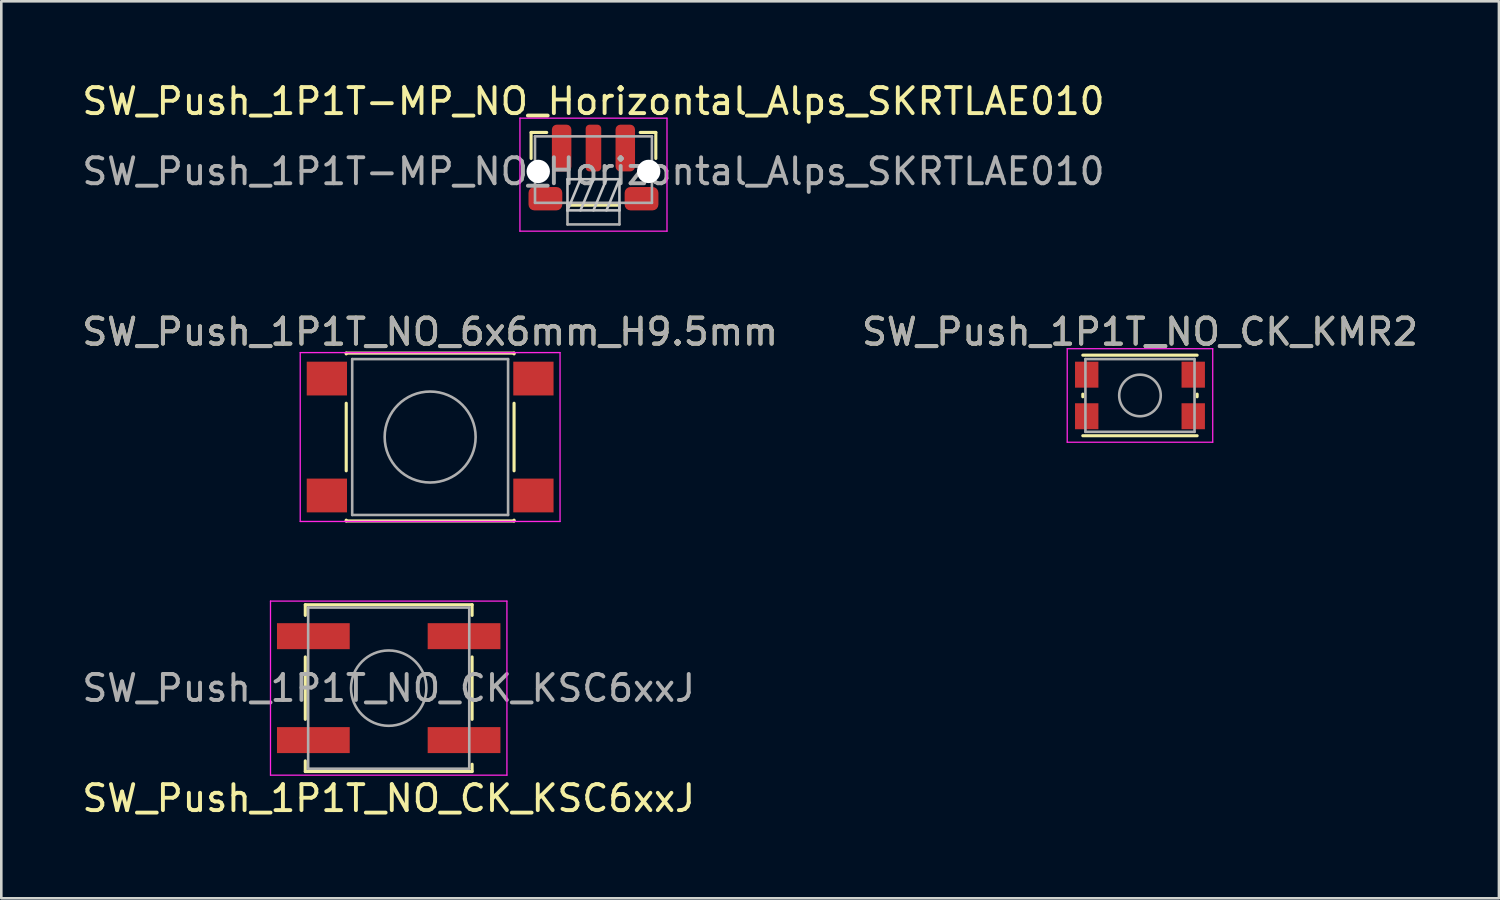
<source format=kicad_pcb>
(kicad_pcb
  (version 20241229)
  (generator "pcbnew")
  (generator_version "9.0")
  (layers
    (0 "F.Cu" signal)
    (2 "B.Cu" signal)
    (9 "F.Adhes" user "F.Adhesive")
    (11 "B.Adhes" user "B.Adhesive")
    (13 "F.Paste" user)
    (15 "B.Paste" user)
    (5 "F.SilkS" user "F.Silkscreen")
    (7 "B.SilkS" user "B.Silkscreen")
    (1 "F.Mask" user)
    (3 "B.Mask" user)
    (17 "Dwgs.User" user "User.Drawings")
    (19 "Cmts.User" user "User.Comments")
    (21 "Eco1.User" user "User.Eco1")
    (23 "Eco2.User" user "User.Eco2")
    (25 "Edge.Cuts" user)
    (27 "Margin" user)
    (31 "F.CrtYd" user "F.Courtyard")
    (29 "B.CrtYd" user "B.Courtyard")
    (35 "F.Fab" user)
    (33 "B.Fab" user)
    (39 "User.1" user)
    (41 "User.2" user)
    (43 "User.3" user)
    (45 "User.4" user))
  (footprint "SW_Push_1P1T_NO_6x6mm_H9.5mm"
    (layer "F.Cu")
    (at 13.506 13.771)
    (property "Reference" "SW_Push_1P1T_NO_6x6mm_H9.5mm" (at 0 -4.05 0) (layer "F.SilkS") (effects (font (size 1 1) (thickness 0.15))))
    (attr smd)
    (fp_line (start -3.23 -3.23) (end 3.23 -3.23) (stroke (width 0.12) (type solid)) (layer "F.SilkS"))
    (fp_line (start -3.23 -3.2) (end -3.23 -3.23) (stroke (width 0.12) (type solid)) (layer "F.SilkS"))
    (fp_line (start -3.23 -1.3) (end -3.23 1.3) (stroke (width 0.12) (type solid)) (layer "F.SilkS"))
    (fp_line (start -3.23 3.23) (end -3.23 3.2) (stroke (width 0.12) (type solid)) (layer "F.SilkS"))
    (fp_line (start -3.23 3.23) (end 3.23 3.23) (stroke (width 0.12) (type solid)) (layer "F.SilkS"))
    (fp_line (start 3.23 -3.23) (end 3.23 -3.2) (stroke (width 0.12) (type solid)) (layer "F.SilkS"))
    (fp_line (start 3.23 -1.3) (end 3.23 1.3) (stroke (width 0.12) (type solid)) (layer "F.SilkS"))
    (fp_line (start 3.23 3.23) (end 3.23 3.2) (stroke (width 0.12) (type solid)) (layer "F.SilkS"))
    (fp_line (start -5 -3.25) (end -5 3.25) (stroke (width 0.05) (type solid)) (layer "F.CrtYd"))
    (fp_line (start -5 -3.25) (end 5 -3.25) (stroke (width 0.05) (type solid)) (layer "F.CrtYd"))
    (fp_line (start -5 3.25) (end 5 3.25) (stroke (width 0.05) (type solid)) (layer "F.CrtYd"))
    (fp_line (start 5 3.25) (end 5 -3.25) (stroke (width 0.05) (type solid)) (layer "F.CrtYd"))
    (fp_line (start -3 -3) (end -3 3) (stroke (width 0.1) (type solid)) (layer "F.Fab"))
    (fp_line (start -3 3) (end 3 3) (stroke (width 0.1) (type solid)) (layer "F.Fab"))
    (fp_line (start 3 -3) (end -3 -3) (stroke (width 0.1) (type solid)) (layer "F.Fab"))
    (fp_line (start 3 3) (end 3 -3) (stroke (width 0.1) (type solid)) (layer "F.Fab"))
    (fp_circle (center 0 0) (end 1.75 -0.05) (stroke (width 0.1) (type solid)) (fill no) (layer "F.Fab"))
    (fp_text user "${REFERENCE}" (at 0 -4.05 0) (layer "F.Fab") (effects (font (size 1 1) (thickness 0.15))))
    (pad "1" smd rect (at -3.975 -2.25) (size 1.55 1.3) (layers "F.Cu" "F.Mask" "F.Paste"))
    (pad "1" smd rect (at 3.975 -2.25) (size 1.55 1.3) (layers "F.Cu" "F.Mask" "F.Paste"))
    (pad "2" smd rect (at -3.975 2.25) (size 1.55 1.3) (layers "F.Cu" "F.Mask" "F.Paste"))
    (pad "2" smd rect (at 3.975 2.25) (size 1.55 1.3) (layers "F.Cu" "F.Mask" "F.Paste")))
  (footprint "SW_Push_1P1T_NO_CK_KMR2"
    (layer "F.Cu")
    (at 40.827 12.171)
    (property "Reference" "SW_Push_1P1T_NO_CK_KMR2" (at 0 -2.45 0) (layer "F.SilkS") (effects (font (size 1 1) (thickness 0.15))))
    (attr smd)
    (fp_line (start -2.2 0.05) (end -2.2 -0.05) (stroke (width 0.12) (type solid)) (layer "F.SilkS"))
    (fp_line (start -2.2 1.55) (end 2.2 1.55) (stroke (width 0.12) (type solid)) (layer "F.SilkS"))
    (fp_line (start 2.2 -1.55) (end -2.2 -1.55) (stroke (width 0.12) (type solid)) (layer "F.SilkS"))
    (fp_line (start 2.2 0.05) (end 2.2 -0.05) (stroke (width 0.12) (type solid)) (layer "F.SilkS"))
    (fp_line (start -2.8 -1.8) (end 2.8 -1.8) (stroke (width 0.05) (type solid)) (layer "F.CrtYd"))
    (fp_line (start -2.8 1.8) (end -2.8 -1.8) (stroke (width 0.05) (type solid)) (layer "F.CrtYd"))
    (fp_line (start 2.8 -1.8) (end 2.8 1.8) (stroke (width 0.05) (type solid)) (layer "F.CrtYd"))
    (fp_line (start 2.8 1.8) (end -2.8 1.8) (stroke (width 0.05) (type solid)) (layer "F.CrtYd"))
    (fp_line (start -2.1 -1.4) (end 2.1 -1.4) (stroke (width 0.1) (type solid)) (layer "F.Fab"))
    (fp_line (start -2.1 1.4) (end -2.1 -1.4) (stroke (width 0.1) (type solid)) (layer "F.Fab"))
    (fp_line (start 2.1 -1.4) (end 2.1 1.4) (stroke (width 0.1) (type solid)) (layer "F.Fab"))
    (fp_line (start 2.1 1.4) (end -2.1 1.4) (stroke (width 0.1) (type solid)) (layer "F.Fab"))
    (fp_circle (center 0 0) (end 0 0.8) (stroke (width 0.1) (type solid)) (fill no) (layer "F.Fab"))
    (fp_text user "${REFERENCE}" (at 0 -2.45 0) (layer "F.Fab") (effects (font (size 1 1) (thickness 0.15))))
    (pad "1" smd rect (at -2.05 -0.8) (size 0.9 1) (layers "F.Cu" "F.Mask" "F.Paste"))
    (pad "1" smd rect (at 2.05 -0.8) (size 0.9 1) (layers "F.Cu" "F.Mask" "F.Paste"))
    (pad "2" smd rect (at -2.05 0.8) (size 0.9 1) (layers "F.Cu" "F.Mask" "F.Paste"))
    (pad "2" smd rect (at 2.05 0.8) (size 0.9 1) (layers "F.Cu" "F.Mask" "F.Paste")))
  (footprint "SW_Push_1P1T-MP_NO_Horizontal_Alps_SKRTLAE010"
    (layer "F.Cu")
    (at 19.792 3.548)
    (property "Reference" "SW_Push_1P1T-MP_NO_Horizontal_Alps_SKRTLAE010" (at 0 -2.7 180) (layer "F.SilkS") (effects (font (size 1 1) (thickness 0.15))))
    (attr smd)
    (fp_line (start -2.4 -1.5) (end -2.4 -0.5) (stroke (width 0.12) (type solid)) (layer "F.SilkS"))
    (fp_line (start -1.8 -1.5) (end -2.4 -1.5) (stroke (width 0.12) (type solid)) (layer "F.SilkS"))
    (fp_line (start -1 1.3) (end 1 1.3) (stroke (width 0.12) (type solid)) (layer "F.SilkS"))
    (fp_line (start 1.8 -1.5) (end 2.4 -1.5) (stroke (width 0.12) (type solid)) (layer "F.SilkS"))
    (fp_line (start 2.4 -1.5) (end 2.4 -0.5) (stroke (width 0.12) (type solid)) (layer "F.SilkS"))
    (fp_line (start -1 0.3) (end -1 1.5) (stroke (width 0.1) (type solid)) (layer "Dwgs.User"))
    (fp_line (start -1 1.5) (end -0.5 0.3) (stroke (width 0.1) (type solid)) (layer "Dwgs.User"))
    (fp_line (start -1 1.5) (end 1 1.5) (stroke (width 0.1) (type solid)) (layer "Dwgs.User"))
    (fp_line (start -0.5 1.5) (end 0 0.3) (stroke (width 0.1) (type solid)) (layer "Dwgs.User"))
    (fp_line (start 0 1.5) (end 0.5 0.3) (stroke (width 0.1) (type solid)) (layer "Dwgs.User"))
    (fp_line (start 0.5 1.5) (end 1 0.3) (stroke (width 0.1) (type solid)) (layer "Dwgs.User"))
    (fp_line (start 1 0.3) (end -1 0.3) (stroke (width 0.1) (type solid)) (layer "Dwgs.User"))
    (fp_line (start 1 1.5) (end 1 0.3) (stroke (width 0.1) (type solid)) (layer "Dwgs.User"))
    (fp_line (start -2.83 -2.05) (end -2.83 2.3) (stroke (width 0.05) (type solid)) (layer "F.CrtYd"))
    (fp_line (start -2.83 -2.05) (end 2.83 -2.05) (stroke (width 0.05) (type solid)) (layer "F.CrtYd"))
    (fp_line (start -2.83 2.3) (end 2.83 2.3) (stroke (width 0.05) (type solid)) (layer "F.CrtYd"))
    (fp_line (start 2.83 -2.05) (end 2.83 2.3) (stroke (width 0.05) (type solid)) (layer "F.CrtYd"))
    (fp_line (start -2.25 -1.35) (end -2.25 1.21) (stroke (width 0.1) (type solid)) (layer "F.Fab"))
    (fp_line (start -2.25 -1.35) (end 2.25 -1.35) (stroke (width 0.1) (type solid)) (layer "F.Fab"))
    (fp_line (start -2.25 1.21) (end 2.25 1.21) (stroke (width 0.1) (type solid)) (layer "F.Fab"))
    (fp_line (start -1 2.04) (end -1 1.21) (stroke (width 0.1) (type solid)) (layer "F.Fab"))
    (fp_line (start -1 2.04) (end 1 2.04) (stroke (width 0.1) (type solid)) (layer "F.Fab"))
    (fp_line (start 1 2.04) (end 1 1.21) (stroke (width 0.1) (type solid)) (layer "F.Fab"))
    (fp_line (start 2.25 -1.35) (end 2.25 1.21) (stroke (width 0.1) (type solid)) (layer "F.Fab"))
    (fp_text user "${REFERENCE}" (at 0 0 0) (layer "F.Fab") (effects (font (size 1 1) (thickness 0.15))))
    (pad "" np_thru_hole circle (at -2.125 0) (size 0.9 0.9) (drill 0.9) (layers "*.Cu" "*.Mask"))
    (pad "" np_thru_hole circle (at 2.125 0) (size 0.9 0.9) (drill 0.9) (layers "*.Cu" "*.Mask"))
    (pad "1" smd roundrect (at -1.225 -0.9) (size 0.75 1.8) (layers "F.Cu" "F.Mask" "F.Paste") (roundrect_rratio 0.25))
    (pad "1" smd roundrect (at 1.225 -0.9) (size 0.75 1.8) (layers "F.Cu" "F.Mask" "F.Paste") (roundrect_rratio 0.25))
    (pad "2" smd roundrect (at 0 -0.9) (size 0.6 1.8) (layers "F.Cu" "F.Mask" "F.Paste") (roundrect_rratio 0.25))
    (pad "MP" smd roundrect (at -1.85 1.05) (size 1.3 0.9) (layers "F.Cu" "F.Mask" "F.Paste") (roundrect_rratio 0.25))
    (pad "MP" smd roundrect (at 1.85 1.05) (size 1.3 0.9) (layers "F.Cu" "F.Mask" "F.Paste") (roundrect_rratio 0.25)))
  (footprint "SW_Push_1P1T_NO_CK_KSC6xxJ"
    (layer "F.Cu")
    (at 11.911 23.436)
    (property "Reference" "SW_Push_1P1T_NO_CK_KSC6xxJ" (at 0 4.24 0) (layer "F.SilkS") (effects (font (size 1 1) (thickness 0.15))))
    (attr smd)
    (fp_line (start -3.21 -3.21) (end -3.21 -2.8) (stroke (width 0.12) (type solid)) (layer "F.SilkS"))
    (fp_line (start -3.21 -1.2) (end -3.21 1.2) (stroke (width 0.12) (type solid)) (layer "F.SilkS"))
    (fp_line (start -3.21 2.8) (end -3.21 3.21) (stroke (width 0.12) (type solid)) (layer "F.SilkS"))
    (fp_line (start -3.21 3.21) (end 3.21 3.21) (stroke (width 0.12) (type solid)) (layer "F.SilkS"))
    (fp_line (start 3.21 -3.21) (end -3.21 -3.21) (stroke (width 0.12) (type solid)) (layer "F.SilkS"))
    (fp_line (start 3.21 -2.8) (end 3.21 -3.21) (stroke (width 0.12) (type solid)) (layer "F.SilkS"))
    (fp_line (start 3.21 1.2) (end 3.21 -1.2) (stroke (width 0.12) (type solid)) (layer "F.SilkS"))
    (fp_line (start 3.21 3.21) (end 3.21 2.93) (stroke (width 0.12) (type solid)) (layer "F.SilkS"))
    (fp_line (start -4.55 -3.35) (end 4.55 -3.35) (stroke (width 0.05) (type solid)) (layer "F.CrtYd"))
    (fp_line (start -4.55 3.35) (end -4.55 -3.35) (stroke (width 0.05) (type solid)) (layer "F.CrtYd"))
    (fp_line (start 4.55 -3.35) (end 4.55 3.35) (stroke (width 0.05) (type solid)) (layer "F.CrtYd"))
    (fp_line (start 4.55 3.35) (end -4.55 3.35) (stroke (width 0.05) (type solid)) (layer "F.CrtYd"))
    (fp_line (start -3.1 -3.1) (end 3.1 -3.1) (stroke (width 0.1) (type solid)) (layer "F.Fab"))
    (fp_line (start -3.1 3.1) (end -3.1 -3.1) (stroke (width 0.1) (type solid)) (layer "F.Fab"))
    (fp_line (start 3.1 -3.1) (end 3.1 3.1) (stroke (width 0.1) (type solid)) (layer "F.Fab"))
    (fp_line (start 3.1 3.1) (end -3.1 3.1) (stroke (width 0.1) (type solid)) (layer "F.Fab"))
    (fp_circle (center 0 0) (end 1.45 0) (stroke (width 0.1) (type solid)) (fill no) (layer "F.Fab"))
    (fp_text user "${REFERENCE}" (at 0 0 0) (layer "F.Fab") (effects (font (size 1 1) (thickness 0.15))))
    (pad "1" smd rect (at -2.9 -2) (size 2.8 1) (layers "F.Cu" "F.Mask" "F.Paste"))
    (pad "1" smd rect (at 2.9 -2) (size 2.8 1) (layers "F.Cu" "F.Mask" "F.Paste"))
    (pad "2" smd rect (at -2.9 2) (size 2.8 1) (layers "F.Cu" "F.Mask" "F.Paste"))
    (pad "2" smd rect (at 2.9 2) (size 2.8 1) (layers "F.Cu" "F.Mask" "F.Paste")))
  (gr_rect
    (start -3 -3)
    (end 54.643 31.525)
    (stroke (width 0.1) (type default))
    (fill no)
    (layer "Edge.Cuts")))
</source>
